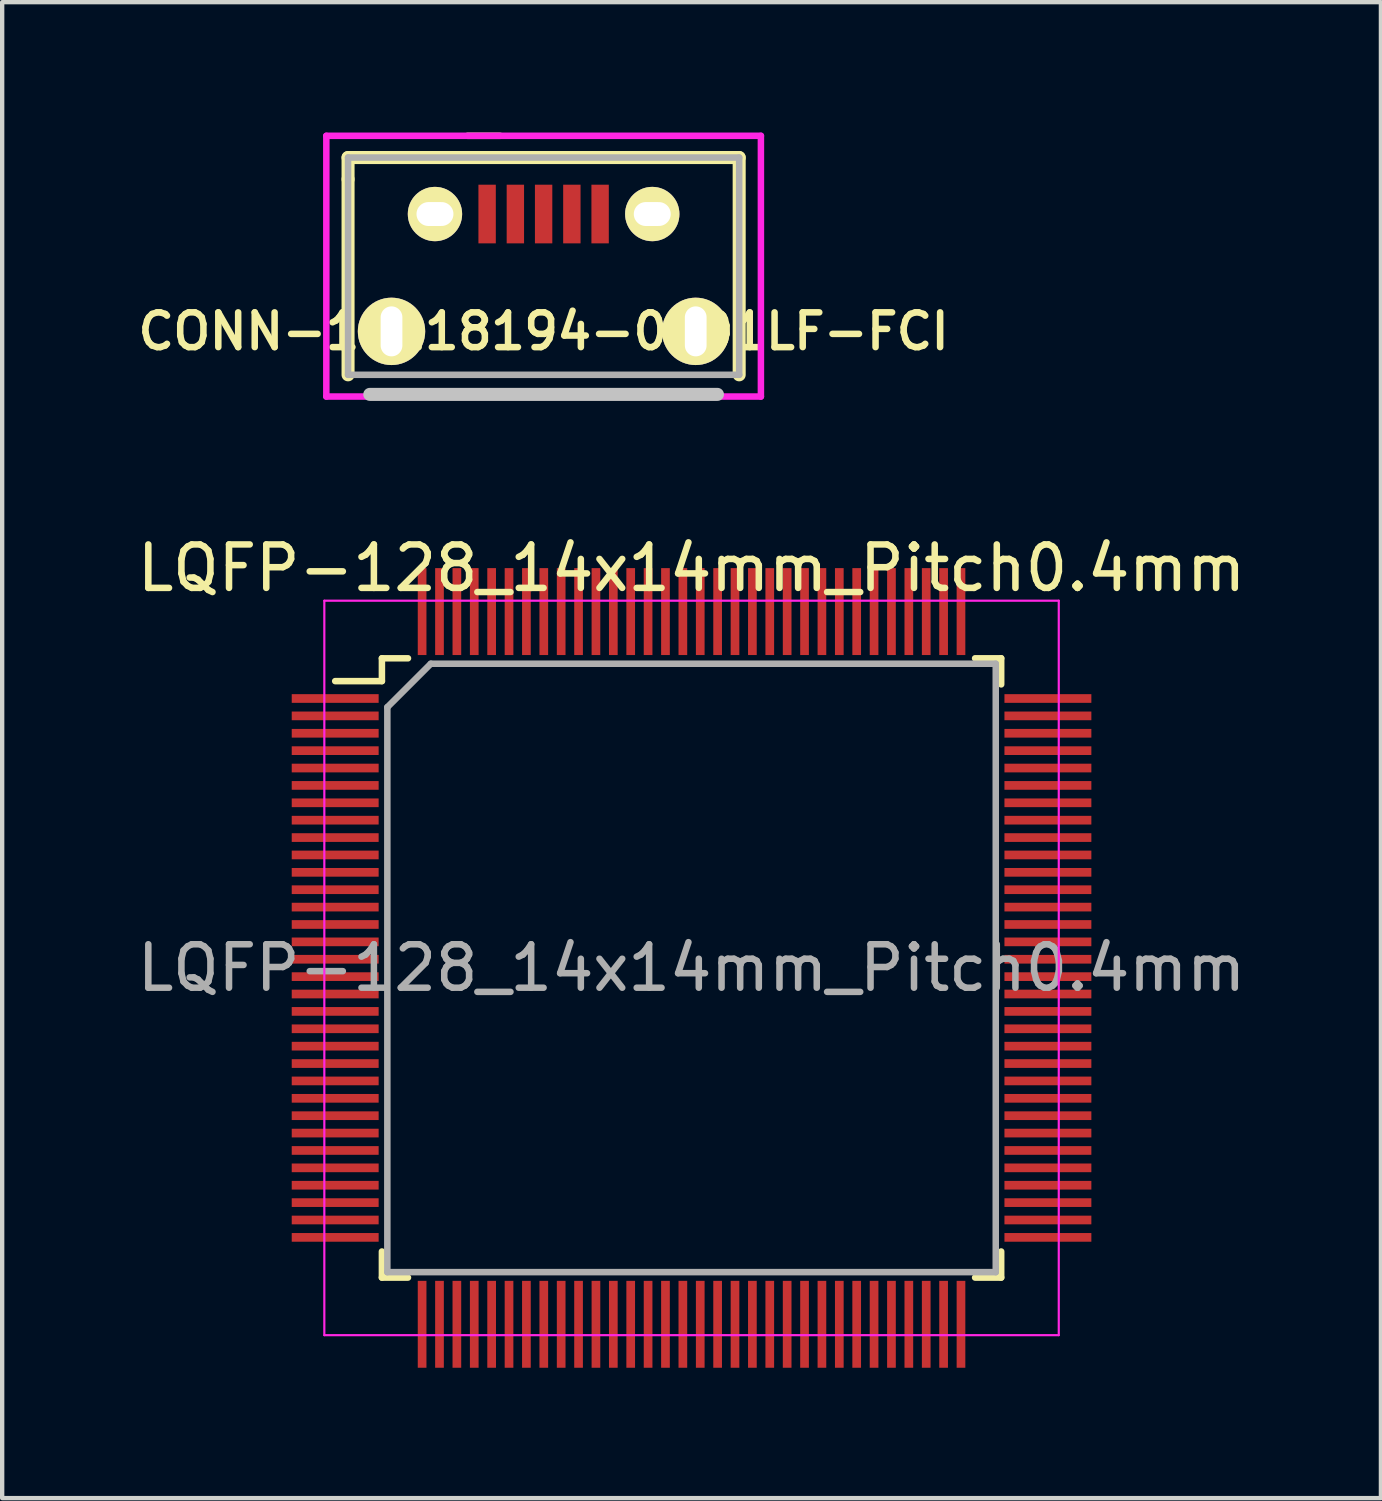
<source format=kicad_pcb>
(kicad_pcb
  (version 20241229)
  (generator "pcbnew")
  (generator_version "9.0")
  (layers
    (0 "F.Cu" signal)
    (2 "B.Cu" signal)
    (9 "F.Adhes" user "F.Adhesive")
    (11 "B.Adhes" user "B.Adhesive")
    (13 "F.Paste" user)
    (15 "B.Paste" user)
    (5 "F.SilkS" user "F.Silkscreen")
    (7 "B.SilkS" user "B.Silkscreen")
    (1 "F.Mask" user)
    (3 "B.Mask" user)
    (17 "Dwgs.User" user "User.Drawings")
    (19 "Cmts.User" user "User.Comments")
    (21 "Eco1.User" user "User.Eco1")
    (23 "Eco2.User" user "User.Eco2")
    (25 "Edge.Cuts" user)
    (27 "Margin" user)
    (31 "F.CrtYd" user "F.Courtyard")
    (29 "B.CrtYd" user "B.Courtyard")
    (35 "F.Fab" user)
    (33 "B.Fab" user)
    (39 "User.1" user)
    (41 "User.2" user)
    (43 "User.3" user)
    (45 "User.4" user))
  (footprint "CONN-10118194-0001LF-FCI"
    (layer "F.Cu")
    (at 9.459 4.575)
    (property "Reference" "CONN-10118194-0001LF-FCI" (at 0 0 0) (layer "F.SilkS") (effects (font (size 0.8 0.8) (thickness 0.15))))
    (attr smd)
    (fp_line (start -4.5 -4) (end 4.5 -4) (stroke (width 0.3) (type solid)) (layer "F.SilkS"))
    (fp_line (start -4.5 -3.5) (end -4.5 -4) (stroke (width 0.3) (type solid)) (layer "F.SilkS"))
    (fp_line (start -4.5 1) (end -4.5 -3.5) (stroke (width 0.3) (type solid)) (layer "F.SilkS"))
    (fp_line (start -1.75 -4.5) (end -1 -4.5) (stroke (width 0.15) (type solid)) (layer "F.SilkS"))
    (fp_line (start 4.5 -4) (end 4.5 1) (stroke (width 0.3) (type solid)) (layer "F.SilkS"))
    (fp_line (start -4 1.45) (end 4 1.45) (stroke (width 0.3) (type solid)) (layer "Dwgs.User"))
    (fp_line (start -5 -4.5) (end 5 -4.5) (stroke (width 0.15) (type solid)) (layer "F.CrtYd"))
    (fp_line (start -5 1.5) (end -5 -4.5) (stroke (width 0.15) (type solid)) (layer "F.CrtYd"))
    (fp_line (start 5 -4.5) (end 5 1.5) (stroke (width 0.15) (type solid)) (layer "F.CrtYd"))
    (fp_line (start 5 1.5) (end -5 1.5) (stroke (width 0.15) (type solid)) (layer "F.CrtYd"))
    (fp_line (start -4.5 -4) (end -4.5 1) (stroke (width 0.15) (type solid)) (layer "F.Fab"))
    (fp_line (start -4.5 1) (end 4.5 1) (stroke (width 0.15) (type solid)) (layer "F.Fab"))
    (fp_line (start 4.5 -4) (end -4.5 -4) (stroke (width 0.15) (type solid)) (layer "F.Fab"))
    (fp_line (start 4.5 1) (end 4.5 -4) (stroke (width 0.15) (type solid)) (layer "F.Fab"))
    (pad "1" smd rect (at -1.3 -2.7) (size 0.4 1.35) (layers "F.Cu" "F.Mask" "F.Paste"))
    (pad "2" smd rect (at -0.65 -2.7) (size 0.4 1.35) (layers "F.Cu" "F.Mask" "F.Paste"))
    (pad "3" smd rect (at 0 -2.7) (size 0.4 1.35) (layers "F.Cu" "F.Mask" "F.Paste"))
    (pad "4" smd rect (at 0.65 -2.7) (size 0.4 1.35) (layers "F.Cu" "F.Mask" "F.Paste"))
    (pad "5" smd rect (at 1.3 -2.7) (size 0.4 1.35) (layers "F.Cu" "F.Mask" "F.Paste"))
    (pad "SH" thru_hole oval (at -3.5 0) (size 1.55 1.55) (drill oval 0.5 1.15) (layers "*.Cu" "*.Mask" "F.SilkS"))
    (pad "SH" thru_hole oval (at -2.5 -2.7) (size 1.25 1.25) (drill oval 0.85 0.55) (layers "*.Cu" "*.Mask" "F.SilkS"))
    (pad "SH" thru_hole oval (at 2.5 -2.7) (size 1.25 1.25) (drill oval 0.85 0.55) (layers "*.Cu" "*.Mask" "F.SilkS"))
    (pad "SH" thru_hole oval (at 3.5 0) (size 1.55 1.55) (drill oval 0.5 1.15) (layers "*.Cu" "*.Mask" "F.SilkS")))
  (footprint "LQFP-128_14x14mm_Pitch0.4mm"
    (layer "F.Cu")
    (at 12.863 19.223)
    (property "Reference" "LQFP-128_14x14mm_Pitch0.4mm" (at 0 -9.2 0) (layer "F.SilkS") (effects (font (size 1 1) (thickness 0.15))))
    (attr smd)
    (fp_line (start -7.125 -7.125) (end -7.125 -6.6) (stroke (width 0.15) (type solid)) (layer "F.SilkS"))
    (fp_line (start -7.125 -7.125) (end -6.525 -7.125) (stroke (width 0.15) (type solid)) (layer "F.SilkS"))
    (fp_line (start -7.125 -6.6) (end -8.2 -6.6) (stroke (width 0.15) (type solid)) (layer "F.SilkS"))
    (fp_line (start -7.125 7.125) (end -7.125 6.525) (stroke (width 0.15) (type solid)) (layer "F.SilkS"))
    (fp_line (start -7.125 7.125) (end -6.525 7.125) (stroke (width 0.15) (type solid)) (layer "F.SilkS"))
    (fp_line (start 7.125 -7.125) (end 6.525 -7.125) (stroke (width 0.15) (type solid)) (layer "F.SilkS"))
    (fp_line (start 7.125 -7.125) (end 7.125 -6.525) (stroke (width 0.15) (type solid)) (layer "F.SilkS"))
    (fp_line (start 7.125 7.125) (end 6.525 7.125) (stroke (width 0.15) (type solid)) (layer "F.SilkS"))
    (fp_line (start 7.125 7.125) (end 7.125 6.525) (stroke (width 0.15) (type solid)) (layer "F.SilkS"))
    (fp_line (start -8.45 -8.45) (end -8.45 8.45) (stroke (width 0.05) (type solid)) (layer "F.CrtYd"))
    (fp_line (start -8.45 -8.45) (end 8.45 -8.45) (stroke (width 0.05) (type solid)) (layer "F.CrtYd"))
    (fp_line (start -8.45 8.45) (end 8.45 8.45) (stroke (width 0.05) (type solid)) (layer "F.CrtYd"))
    (fp_line (start 8.45 -8.45) (end 8.45 8.45) (stroke (width 0.05) (type solid)) (layer "F.CrtYd"))
    (fp_line (start -7 -6) (end -6 -7) (stroke (width 0.15) (type solid)) (layer "F.Fab"))
    (fp_line (start -7 7) (end -7 -6) (stroke (width 0.15) (type solid)) (layer "F.Fab"))
    (fp_line (start -6 -7) (end 7 -7) (stroke (width 0.15) (type solid)) (layer "F.Fab"))
    (fp_line (start 7 -7) (end 7 7) (stroke (width 0.15) (type solid)) (layer "F.Fab"))
    (fp_line (start 7 7) (end -7 7) (stroke (width 0.15) (type solid)) (layer "F.Fab"))
    (fp_text user "${REFERENCE}" (at 0 0 0) (layer "F.Fab") (effects (font (size 1 1) (thickness 0.15))))
    (pad "1" smd rect (at -8.2 -6.2) (size 2 0.2) (layers "F.Cu" "F.Mask" "F.Paste"))
    (pad "2" smd rect (at -8.2 -5.8) (size 2 0.2) (layers "F.Cu" "F.Mask" "F.Paste"))
    (pad "3" smd rect (at -8.2 -5.4) (size 2 0.2) (layers "F.Cu" "F.Mask" "F.Paste"))
    (pad "4" smd rect (at -8.2 -5) (size 2 0.2) (layers "F.Cu" "F.Mask" "F.Paste"))
    (pad "5" smd rect (at -8.2 -4.6) (size 2 0.2) (layers "F.Cu" "F.Mask" "F.Paste"))
    (pad "6" smd rect (at -8.2 -4.2) (size 2 0.2) (layers "F.Cu" "F.Mask" "F.Paste"))
    (pad "7" smd rect (at -8.2 -3.8) (size 2 0.2) (layers "F.Cu" "F.Mask" "F.Paste"))
    (pad "8" smd rect (at -8.2 -3.4) (size 2 0.2) (layers "F.Cu" "F.Mask" "F.Paste"))
    (pad "9" smd rect (at -8.2 -3) (size 2 0.2) (layers "F.Cu" "F.Mask" "F.Paste"))
    (pad "10" smd rect (at -8.2 -2.6) (size 2 0.2) (layers "F.Cu" "F.Mask" "F.Paste"))
    (pad "11" smd rect (at -8.2 -2.2) (size 2 0.2) (layers "F.Cu" "F.Mask" "F.Paste"))
    (pad "12" smd rect (at -8.2 -1.8) (size 2 0.2) (layers "F.Cu" "F.Mask" "F.Paste"))
    (pad "13" smd rect (at -8.2 -1.4) (size 2 0.2) (layers "F.Cu" "F.Mask" "F.Paste"))
    (pad "14" smd rect (at -8.2 -1) (size 2 0.2) (layers "F.Cu" "F.Mask" "F.Paste"))
    (pad "15" smd rect (at -8.2 -0.6) (size 2 0.2) (layers "F.Cu" "F.Mask" "F.Paste"))
    (pad "16" smd rect (at -8.2 -0.2) (size 2 0.2) (layers "F.Cu" "F.Mask" "F.Paste"))
    (pad "17" smd rect (at -8.2 0.2) (size 2 0.2) (layers "F.Cu" "F.Mask" "F.Paste"))
    (pad "18" smd rect (at -8.2 0.6) (size 2 0.2) (layers "F.Cu" "F.Mask" "F.Paste"))
    (pad "19" smd rect (at -8.2 1) (size 2 0.2) (layers "F.Cu" "F.Mask" "F.Paste"))
    (pad "20" smd rect (at -8.2 1.4) (size 2 0.2) (layers "F.Cu" "F.Mask" "F.Paste"))
    (pad "21" smd rect (at -8.2 1.8) (size 2 0.2) (layers "F.Cu" "F.Mask" "F.Paste"))
    (pad "22" smd rect (at -8.2 2.2) (size 2 0.2) (layers "F.Cu" "F.Mask" "F.Paste"))
    (pad "23" smd rect (at -8.2 2.6) (size 2 0.2) (layers "F.Cu" "F.Mask" "F.Paste"))
    (pad "24" smd rect (at -8.2 3) (size 2 0.2) (layers "F.Cu" "F.Mask" "F.Paste"))
    (pad "25" smd rect (at -8.2 3.4) (size 2 0.2) (layers "F.Cu" "F.Mask" "F.Paste"))
    (pad "26" smd rect (at -8.2 3.8) (size 2 0.2) (layers "F.Cu" "F.Mask" "F.Paste"))
    (pad "27" smd rect (at -8.2 4.2) (size 2 0.2) (layers "F.Cu" "F.Mask" "F.Paste"))
    (pad "28" smd rect (at -8.2 4.6) (size 2 0.2) (layers "F.Cu" "F.Mask" "F.Paste"))
    (pad "29" smd rect (at -8.2 5) (size 2 0.2) (layers "F.Cu" "F.Mask" "F.Paste"))
    (pad "30" smd rect (at -8.2 5.4) (size 2 0.2) (layers "F.Cu" "F.Mask" "F.Paste"))
    (pad "31" smd rect (at -8.2 5.8) (size 2 0.2) (layers "F.Cu" "F.Mask" "F.Paste"))
    (pad "32" smd rect (at -8.2 6.2) (size 2 0.2) (layers "F.Cu" "F.Mask" "F.Paste"))
    (pad "33" smd rect (at -6.2 8.2 90) (size 2 0.2) (layers "F.Cu" "F.Mask" "F.Paste"))
    (pad "34" smd rect (at -5.8 8.2 90) (size 2 0.2) (layers "F.Cu" "F.Mask" "F.Paste"))
    (pad "35" smd rect (at -5.4 8.2 90) (size 2 0.2) (layers "F.Cu" "F.Mask" "F.Paste"))
    (pad "36" smd rect (at -5 8.2 90) (size 2 0.2) (layers "F.Cu" "F.Mask" "F.Paste"))
    (pad "37" smd rect (at -4.6 8.2 90) (size 2 0.2) (layers "F.Cu" "F.Mask" "F.Paste"))
    (pad "38" smd rect (at -4.2 8.2 90) (size 2 0.2) (layers "F.Cu" "F.Mask" "F.Paste"))
    (pad "39" smd rect (at -3.8 8.2 90) (size 2 0.2) (layers "F.Cu" "F.Mask" "F.Paste"))
    (pad "40" smd rect (at -3.4 8.2 90) (size 2 0.2) (layers "F.Cu" "F.Mask" "F.Paste"))
    (pad "41" smd rect (at -3 8.2 90) (size 2 0.2) (layers "F.Cu" "F.Mask" "F.Paste"))
    (pad "42" smd rect (at -2.6 8.2 90) (size 2 0.2) (layers "F.Cu" "F.Mask" "F.Paste"))
    (pad "43" smd rect (at -2.2 8.2 90) (size 2 0.2) (layers "F.Cu" "F.Mask" "F.Paste"))
    (pad "44" smd rect (at -1.8 8.2 90) (size 2 0.2) (layers "F.Cu" "F.Mask" "F.Paste"))
    (pad "45" smd rect (at -1.4 8.2 90) (size 2 0.2) (layers "F.Cu" "F.Mask" "F.Paste"))
    (pad "46" smd rect (at -1 8.2 90) (size 2 0.2) (layers "F.Cu" "F.Mask" "F.Paste"))
    (pad "47" smd rect (at -0.6 8.2 90) (size 2 0.2) (layers "F.Cu" "F.Mask" "F.Paste"))
    (pad "48" smd rect (at -0.2 8.2 90) (size 2 0.2) (layers "F.Cu" "F.Mask" "F.Paste"))
    (pad "49" smd rect (at 0.2 8.2 90) (size 2 0.2) (layers "F.Cu" "F.Mask" "F.Paste"))
    (pad "50" smd rect (at 0.6 8.2 90) (size 2 0.2) (layers "F.Cu" "F.Mask" "F.Paste"))
    (pad "51" smd rect (at 1 8.2 90) (size 2 0.2) (layers "F.Cu" "F.Mask" "F.Paste"))
    (pad "52" smd rect (at 1.4 8.2 90) (size 2 0.2) (layers "F.Cu" "F.Mask" "F.Paste"))
    (pad "53" smd rect (at 1.8 8.2 90) (size 2 0.2) (layers "F.Cu" "F.Mask" "F.Paste"))
    (pad "54" smd rect (at 2.2 8.2 90) (size 2 0.2) (layers "F.Cu" "F.Mask" "F.Paste"))
    (pad "55" smd rect (at 2.6 8.2 90) (size 2 0.2) (layers "F.Cu" "F.Mask" "F.Paste"))
    (pad "56" smd rect (at 3 8.2 90) (size 2 0.2) (layers "F.Cu" "F.Mask" "F.Paste"))
    (pad "57" smd rect (at 3.4 8.2 90) (size 2 0.2) (layers "F.Cu" "F.Mask" "F.Paste"))
    (pad "58" smd rect (at 3.8 8.2 90) (size 2 0.2) (layers "F.Cu" "F.Mask" "F.Paste"))
    (pad "59" smd rect (at 4.2 8.2 90) (size 2 0.2) (layers "F.Cu" "F.Mask" "F.Paste"))
    (pad "60" smd rect (at 4.6 8.2 90) (size 2 0.2) (layers "F.Cu" "F.Mask" "F.Paste"))
    (pad "61" smd rect (at 5 8.2 90) (size 2 0.2) (layers "F.Cu" "F.Mask" "F.Paste"))
    (pad "62" smd rect (at 5.4 8.2 90) (size 2 0.2) (layers "F.Cu" "F.Mask" "F.Paste"))
    (pad "63" smd rect (at 5.8 8.2 90) (size 2 0.2) (layers "F.Cu" "F.Mask" "F.Paste"))
    (pad "64" smd rect (at 6.2 8.2 90) (size 2 0.2) (layers "F.Cu" "F.Mask" "F.Paste"))
    (pad "65" smd rect (at 8.2 6.2) (size 2 0.2) (layers "F.Cu" "F.Mask" "F.Paste"))
    (pad "66" smd rect (at 8.2 5.8) (size 2 0.2) (layers "F.Cu" "F.Mask" "F.Paste"))
    (pad "67" smd rect (at 8.2 5.4) (size 2 0.2) (layers "F.Cu" "F.Mask" "F.Paste"))
    (pad "68" smd rect (at 8.2 5) (size 2 0.2) (layers "F.Cu" "F.Mask" "F.Paste"))
    (pad "69" smd rect (at 8.2 4.6) (size 2 0.2) (layers "F.Cu" "F.Mask" "F.Paste"))
    (pad "70" smd rect (at 8.2 4.2) (size 2 0.2) (layers "F.Cu" "F.Mask" "F.Paste"))
    (pad "71" smd rect (at 8.2 3.8) (size 2 0.2) (layers "F.Cu" "F.Mask" "F.Paste"))
    (pad "72" smd rect (at 8.2 3.4) (size 2 0.2) (layers "F.Cu" "F.Mask" "F.Paste"))
    (pad "73" smd rect (at 8.2 3) (size 2 0.2) (layers "F.Cu" "F.Mask" "F.Paste"))
    (pad "74" smd rect (at 8.2 2.6) (size 2 0.2) (layers "F.Cu" "F.Mask" "F.Paste"))
    (pad "75" smd rect (at 8.2 2.2) (size 2 0.2) (layers "F.Cu" "F.Mask" "F.Paste"))
    (pad "76" smd rect (at 8.2 1.8) (size 2 0.2) (layers "F.Cu" "F.Mask" "F.Paste"))
    (pad "77" smd rect (at 8.2 1.4) (size 2 0.2) (layers "F.Cu" "F.Mask" "F.Paste"))
    (pad "78" smd rect (at 8.2 1) (size 2 0.2) (layers "F.Cu" "F.Mask" "F.Paste"))
    (pad "79" smd rect (at 8.2 0.6) (size 2 0.2) (layers "F.Cu" "F.Mask" "F.Paste"))
    (pad "80" smd rect (at 8.2 0.2) (size 2 0.2) (layers "F.Cu" "F.Mask" "F.Paste"))
    (pad "81" smd rect (at 8.2 -0.2) (size 2 0.2) (layers "F.Cu" "F.Mask" "F.Paste"))
    (pad "82" smd rect (at 8.2 -0.6) (size 2 0.2) (layers "F.Cu" "F.Mask" "F.Paste"))
    (pad "83" smd rect (at 8.2 -1) (size 2 0.2) (layers "F.Cu" "F.Mask" "F.Paste"))
    (pad "84" smd rect (at 8.2 -1.4) (size 2 0.2) (layers "F.Cu" "F.Mask" "F.Paste"))
    (pad "85" smd rect (at 8.2 -1.8) (size 2 0.2) (layers "F.Cu" "F.Mask" "F.Paste"))
    (pad "86" smd rect (at 8.2 -2.2) (size 2 0.2) (layers "F.Cu" "F.Mask" "F.Paste"))
    (pad "87" smd rect (at 8.2 -2.6) (size 2 0.2) (layers "F.Cu" "F.Mask" "F.Paste"))
    (pad "88" smd rect (at 8.2 -3) (size 2 0.2) (layers "F.Cu" "F.Mask" "F.Paste"))
    (pad "89" smd rect (at 8.2 -3.4) (size 2 0.2) (layers "F.Cu" "F.Mask" "F.Paste"))
    (pad "90" smd rect (at 8.2 -3.8) (size 2 0.2) (layers "F.Cu" "F.Mask" "F.Paste"))
    (pad "91" smd rect (at 8.2 -4.2) (size 2 0.2) (layers "F.Cu" "F.Mask" "F.Paste"))
    (pad "92" smd rect (at 8.2 -4.6) (size 2 0.2) (layers "F.Cu" "F.Mask" "F.Paste"))
    (pad "93" smd rect (at 8.2 -5) (size 2 0.2) (layers "F.Cu" "F.Mask" "F.Paste"))
    (pad "94" smd rect (at 8.2 -5.4) (size 2 0.2) (layers "F.Cu" "F.Mask" "F.Paste"))
    (pad "95" smd rect (at 8.2 -5.8) (size 2 0.2) (layers "F.Cu" "F.Mask" "F.Paste"))
    (pad "96" smd rect (at 8.2 -6.2) (size 2 0.2) (layers "F.Cu" "F.Mask" "F.Paste"))
    (pad "97" smd rect (at 6.2 -8.2 90) (size 2 0.2) (layers "F.Cu" "F.Mask" "F.Paste"))
    (pad "98" smd rect (at 5.8 -8.2 90) (size 2 0.2) (layers "F.Cu" "F.Mask" "F.Paste"))
    (pad "99" smd rect (at 5.4 -8.2 90) (size 2 0.2) (layers "F.Cu" "F.Mask" "F.Paste"))
    (pad "100" smd rect (at 5 -8.2 90) (size 2 0.2) (layers "F.Cu" "F.Mask" "F.Paste"))
    (pad "101" smd rect (at 4.6 -8.2 90) (size 2 0.2) (layers "F.Cu" "F.Mask" "F.Paste"))
    (pad "102" smd rect (at 4.2 -8.2 90) (size 2 0.2) (layers "F.Cu" "F.Mask" "F.Paste"))
    (pad "103" smd rect (at 3.8 -8.2 90) (size 2 0.2) (layers "F.Cu" "F.Mask" "F.Paste"))
    (pad "104" smd rect (at 3.4 -8.2 90) (size 2 0.2) (layers "F.Cu" "F.Mask" "F.Paste"))
    (pad "105" smd rect (at 3 -8.2 90) (size 2 0.2) (layers "F.Cu" "F.Mask" "F.Paste"))
    (pad "106" smd rect (at 2.6 -8.2 90) (size 2 0.2) (layers "F.Cu" "F.Mask" "F.Paste"))
    (pad "107" smd rect (at 2.2 -8.2 90) (size 2 0.2) (layers "F.Cu" "F.Mask" "F.Paste"))
    (pad "108" smd rect (at 1.8 -8.2 90) (size 2 0.2) (layers "F.Cu" "F.Mask" "F.Paste"))
    (pad "109" smd rect (at 1.4 -8.2 90) (size 2 0.2) (layers "F.Cu" "F.Mask" "F.Paste"))
    (pad "110" smd rect (at 1 -8.2 90) (size 2 0.2) (layers "F.Cu" "F.Mask" "F.Paste"))
    (pad "111" smd rect (at 0.6 -8.2 90) (size 2 0.2) (layers "F.Cu" "F.Mask" "F.Paste"))
    (pad "112" smd rect (at 0.2 -8.2 90) (size 2 0.2) (layers "F.Cu" "F.Mask" "F.Paste"))
    (pad "113" smd rect (at -0.2 -8.2 90) (size 2 0.2) (layers "F.Cu" "F.Mask" "F.Paste"))
    (pad "114" smd rect (at -0.6 -8.2 90) (size 2 0.2) (layers "F.Cu" "F.Mask" "F.Paste"))
    (pad "115" smd rect (at -1 -8.2 90) (size 2 0.2) (layers "F.Cu" "F.Mask" "F.Paste"))
    (pad "116" smd rect (at -1.4 -8.2 90) (size 2 0.2) (layers "F.Cu" "F.Mask" "F.Paste"))
    (pad "117" smd rect (at -1.8 -8.2 90) (size 2 0.2) (layers "F.Cu" "F.Mask" "F.Paste"))
    (pad "118" smd rect (at -2.2 -8.2 90) (size 2 0.2) (layers "F.Cu" "F.Mask" "F.Paste"))
    (pad "119" smd rect (at -2.6 -8.2 90) (size 2 0.2) (layers "F.Cu" "F.Mask" "F.Paste"))
    (pad "120" smd rect (at -3 -8.2 90) (size 2 0.2) (layers "F.Cu" "F.Mask" "F.Paste"))
    (pad "121" smd rect (at -3.4 -8.2 90) (size 2 0.2) (layers "F.Cu" "F.Mask" "F.Paste"))
    (pad "122" smd rect (at -3.8 -8.2 90) (size 2 0.2) (layers "F.Cu" "F.Mask" "F.Paste"))
    (pad "123" smd rect (at -4.2 -8.2 90) (size 2 0.2) (layers "F.Cu" "F.Mask" "F.Paste"))
    (pad "124" smd rect (at -4.6 -8.2 90) (size 2 0.2) (layers "F.Cu" "F.Mask" "F.Paste"))
    (pad "125" smd rect (at -5 -8.2 90) (size 2 0.2) (layers "F.Cu" "F.Mask" "F.Paste"))
    (pad "126" smd rect (at -5.4 -8.2 90) (size 2 0.2) (layers "F.Cu" "F.Mask" "F.Paste"))
    (pad "127" smd rect (at -5.8 -8.2 90) (size 2 0.2) (layers "F.Cu" "F.Mask" "F.Paste"))
    (pad "128" smd rect (at -6.2 -8.2 90) (size 2 0.2) (layers "F.Cu" "F.Mask" "F.Paste")))
  (gr_rect
    (start -3 -3)
    (end 28.726 31.423)
    (stroke (width 0.1) (type default))
    (fill no)
    (layer "Edge.Cuts")))
</source>
